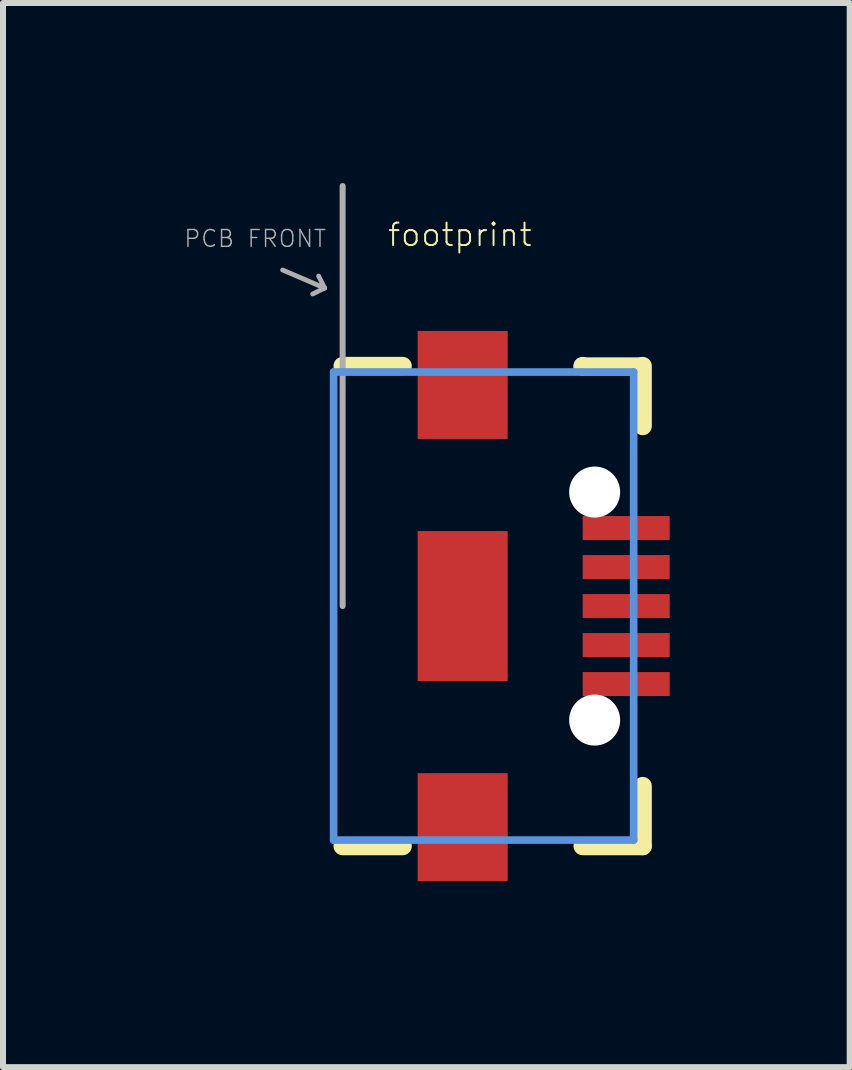
<source format=kicad_pcb>
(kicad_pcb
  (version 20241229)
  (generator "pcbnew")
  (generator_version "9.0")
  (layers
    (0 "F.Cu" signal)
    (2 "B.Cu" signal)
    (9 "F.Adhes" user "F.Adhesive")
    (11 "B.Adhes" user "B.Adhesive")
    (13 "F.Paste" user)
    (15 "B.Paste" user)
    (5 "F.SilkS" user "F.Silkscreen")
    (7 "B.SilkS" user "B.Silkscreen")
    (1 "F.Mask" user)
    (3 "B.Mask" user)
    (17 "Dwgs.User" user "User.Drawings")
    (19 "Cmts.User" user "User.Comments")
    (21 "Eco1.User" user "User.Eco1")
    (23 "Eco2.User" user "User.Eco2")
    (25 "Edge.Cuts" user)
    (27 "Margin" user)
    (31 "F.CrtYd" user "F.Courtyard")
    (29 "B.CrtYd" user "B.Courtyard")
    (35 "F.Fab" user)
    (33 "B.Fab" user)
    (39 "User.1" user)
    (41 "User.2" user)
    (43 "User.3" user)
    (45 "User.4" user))
  (footprint "footprint"
    (layer "F.Cu")
    (at 4.66 7.05)
    (property "Reference" "footprint" (at -1.27 -5.969 0) (layer "F.SilkS") (effects (font (size 0.374 0.374) (thickness 0.033)) (justify left bottom)))
    (fp_poly (pts (xy -0.85 -2.684) (xy 0.85 -2.684) (xy 0.85 -4.684) (xy -0.85 -4.684)) (stroke (width 0) (type solid)) (fill yes) (layer "F.Mask"))
    (fp_poly (pts (xy -0.85 1.35) (xy 0.85 1.35) (xy 0.85 -1.35) (xy -0.85 -1.35)) (stroke (width 0) (type solid)) (fill yes) (layer "F.Mask"))
    (fp_poly (pts (xy -0.85 4.684) (xy 0.85 4.684) (xy 0.85 2.684) (xy -0.85 2.684)) (stroke (width 0) (type solid)) (fill yes) (layer "F.Mask"))
    (fp_line (start -1 -4) (end -2 -4) (stroke (width 0.305) (type solid)) (layer "F.SilkS"))
    (fp_line (start -1 4) (end -2 4) (stroke (width 0.305) (type solid)) (layer "F.SilkS"))
    (fp_line (start 2 -3.993) (end 2 -4) (stroke (width 0.305) (type solid)) (layer "F.SilkS"))
    (fp_line (start 2 4) (end 3 4) (stroke (width 0.305) (type solid)) (layer "F.SilkS"))
    (fp_line (start 2.982 -3.993) (end 2 -3.993) (stroke (width 0.305) (type solid)) (layer "F.SilkS"))
    (fp_line (start 3 -4) (end 3 -3) (stroke (width 0.305) (type solid)) (layer "F.SilkS"))
    (fp_line (start 3 4) (end 3 3) (stroke (width 0.305) (type solid)) (layer "F.SilkS"))
    (fp_poly (pts (xy -0.75 -2.784) (xy 0.75 -2.784) (xy 0.75 -4.584) (xy -0.75 -4.584)) (stroke (width 0) (type solid)) (fill yes) (layer "F.Paste"))
    (fp_poly (pts (xy -0.75 4.584) (xy 0.75 4.584) (xy 0.75 2.784) (xy -0.75 2.784)) (stroke (width 0) (type solid)) (fill yes) (layer "F.Paste"))
    (fp_poly (pts (xy -0.35 0.75) (xy 0.35 0.75) (xy 0.35 -0.75) (xy -0.35 -0.75)) (stroke (width 0) (type solid)) (fill yes) (layer "F.Paste"))
    (fp_line (start -2.15 -3.9) (end -2.15 3.9) (stroke (width 0.127) (type solid)) (layer "Cmts.User"))
    (fp_line (start 2.85 -3.9) (end -2.15 -3.9) (stroke (width 0.127) (type solid)) (layer "Cmts.User"))
    (fp_line (start 2.85 -3.9) (end 2.85 3.9) (stroke (width 0.127) (type solid)) (layer "Cmts.User"))
    (fp_line (start 2.85 3.9) (end -2.15 3.9) (stroke (width 0.127) (type solid)) (layer "Cmts.User"))
    (fp_line (start -3 -5.6) (end -2.3 -5.3) (stroke (width 0.08) (type solid)) (layer "F.Fab"))
    (fp_line (start -2.3 -5.3) (end -2.5 -5.2) (stroke (width 0.08) (type solid)) (layer "F.Fab"))
    (fp_line (start -2.3 -5.3) (end -2.4 -5.5) (stroke (width 0.08) (type solid)) (layer "F.Fab"))
    (fp_line (start -2 -7) (end -2 0) (stroke (width 0.1) (type solid)) (layer "F.Fab"))
    (fp_text user "PCB FRONT" (at -4.66 -5.96 0) (layer "F.Fab") (effects (font (size 0.28 0.28) (thickness 0.024)) (justify left bottom)))
    (pad "" np_thru_hole circle (at 2.2 -1.9) (size 0.85 0.85) (drill 0.85) (layers "*.Cu" "*.Mask"))
    (pad "" np_thru_hole circle (at 2.2 1.9) (size 0.85 0.85) (drill 0.85) (layers "*.Cu" "*.Mask"))
    (pad "D+1" smd rect (at 2.725 0 90) (size 0.4 1.45) (layers "F.Cu" "F.Mask" "F.Paste"))
    (pad "D-1" smd rect (at 2.725 -0.65 90) (size 0.4 1.45) (layers "F.Cu" "F.Mask" "F.Paste"))
    (pad "GND1" smd rect (at 2.725 1.3 90) (size 0.4 1.45) (layers "F.Cu" "F.Mask" "F.Paste"))
    (pad "ID1" smd rect (at 2.725 0.65 90) (size 0.4 1.45) (layers "F.Cu" "F.Mask" "F.Paste"))
    (pad "SHIELD1" smd rect (at 0 -3.685 90) (size 1.8 1.5) (layers "F.Cu"))
    (pad "SHIELD2" smd rect (at 0 3.685 90) (size 1.8 1.5) (layers "F.Cu"))
    (pad "SHIELD3" smd rect (at 0 0 90) (size 2.5 1.5) (layers "F.Cu"))
    (pad "VBUS1" smd rect (at 2.725 -1.3 90) (size 0.4 1.45) (layers "F.Cu" "F.Mask" "F.Paste")))
  (gr_rect
    (start -3 -3)
    (end 11.11 14.734)
    (stroke (width 0.1) (type default))
    (fill no)
    (layer "Edge.Cuts")))
</source>
